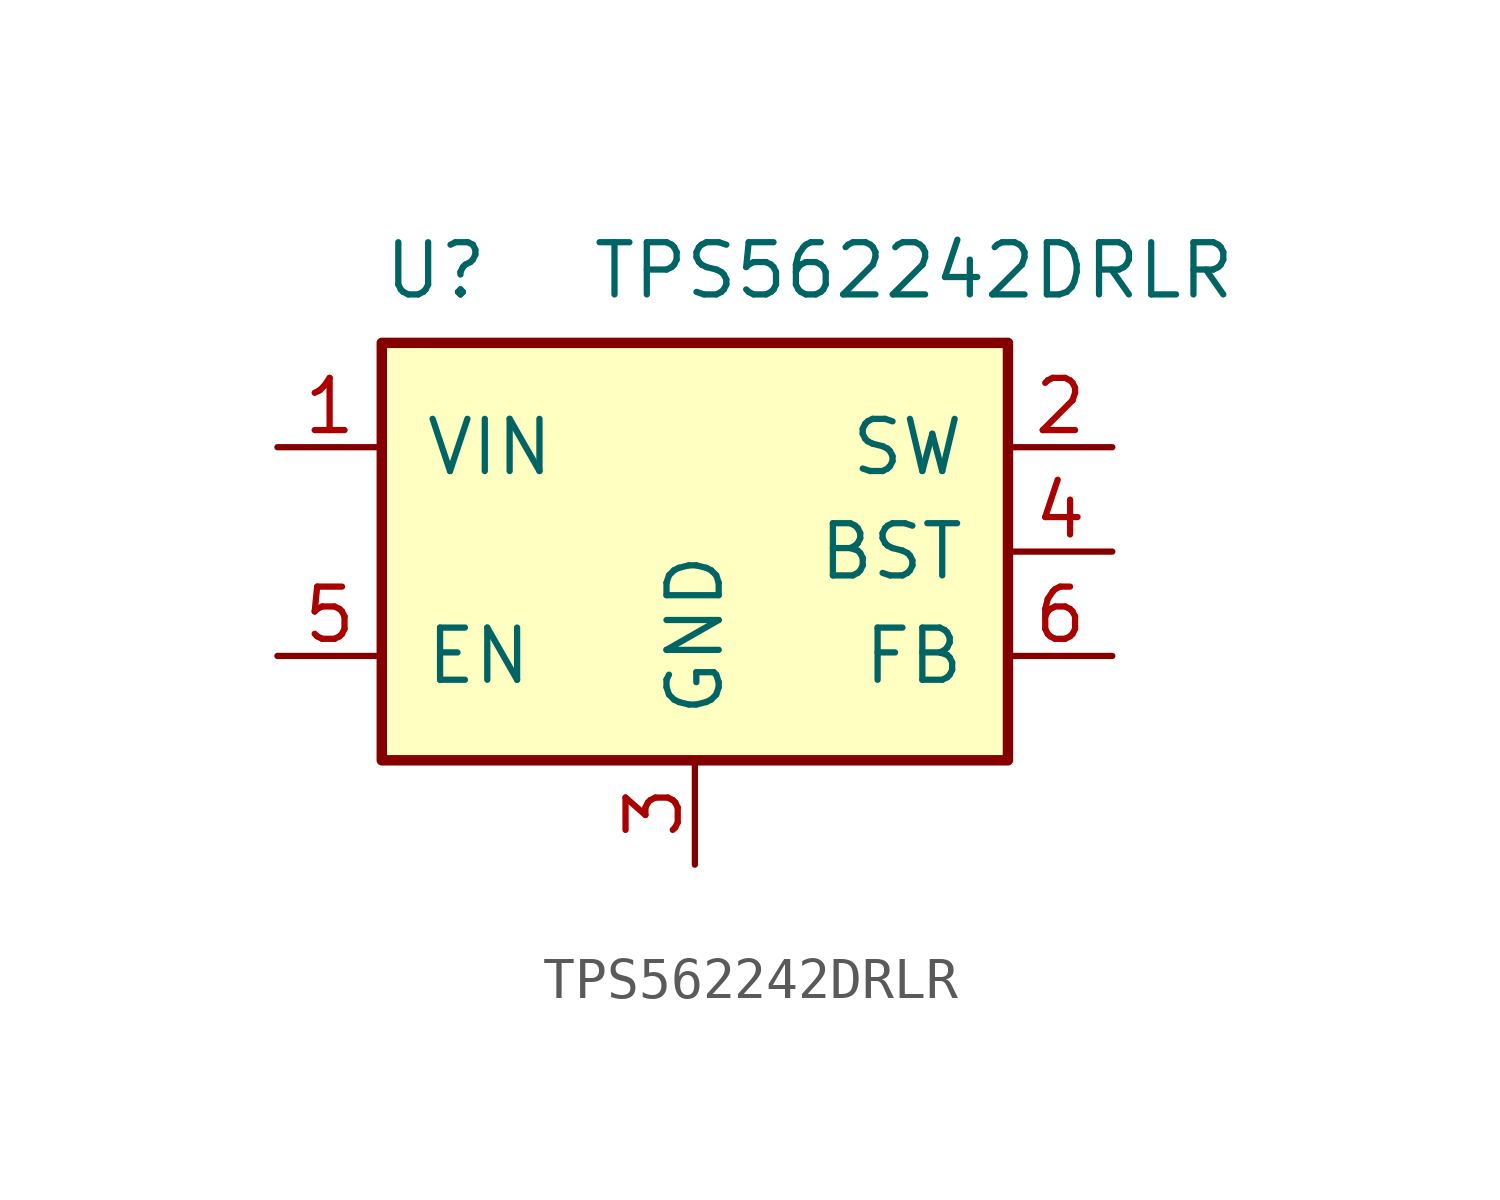
<source format=kicad_sym>
(kicad_symbol_lib
  (version 20231120)
  (generator "kicad_symbol_editor")
  (generator_version "8.0")
  (symbol "TPS562242DRLR"
    (pin_names
      (offset 1.016))
    (property "Reference" "U"
      (at -7.62 6.096 0)
      (effects (font (size 1.27 1.27)) (justify left bottom)))
    (property "Value" "TPS562242DRLR"
      (at -2.54 6.096 0)
      (effects (font (size 1.27 1.27)) (justify left bottom)))
    (symbol "TPS562242DRLR_0_1"
      (rectangle (start -7.62 5.08) (end 7.62 -5.08) (stroke (width 0.254) (type default)) (fill (type background))))
    (symbol "TPS562242DRLR_1_1"
      (pin power_in line (at -10.16 2.54 0) (length 2.54) (name "VIN" (effects (font (size 1.27 1.27)))) (number "1" (effects (font (size 1.27 1.27)))))
      (pin output line (at 10.16 2.54 180) (length 2.54) (name "SW" (effects (font (size 1.27 1.27)))) (number "2" (effects (font (size 1.27 1.27)))))
      (pin power_in line (at 0 -7.62 90) (length 2.54) (name "GND" (effects (font (size 1.27 1.27)))) (number "3" (effects (font (size 1.27 1.27)))))
      (pin passive line (at 10.16 0 180) (length 2.54) (name "BST" (effects (font (size 1.27 1.27)))) (number "4" (effects (font (size 1.27 1.27)))))
      (pin input line (at -10.16 -2.54 0) (length 2.54) (name "EN" (effects (font (size 1.27 1.27)))) (number "5" (effects (font (size 1.27 1.27)))))
      (pin input line (at 10.16 -2.54 180) (length 2.54) (name "FB" (effects (font (size 1.27 1.27)))) (number "6" (effects (font (size 1.27 1.27))))))))
</source>
